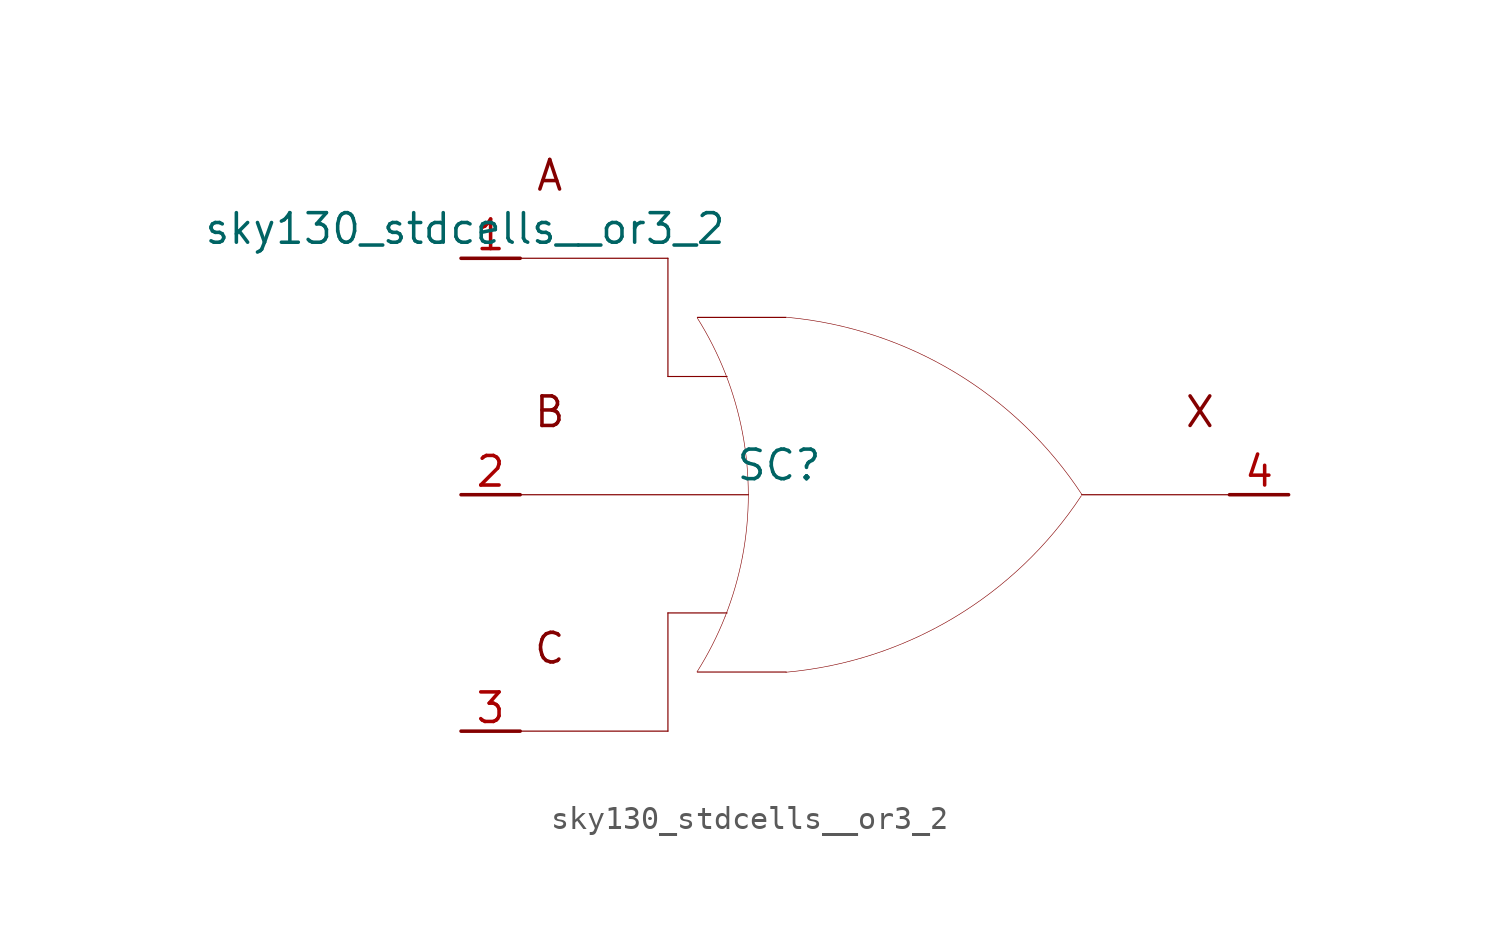
<source format=kicad_sym>
(kicad_symbol_lib
  (version 20211014)
  (generator kicad_symbol_editor)
  (symbol "sky130_stdcells__or3_2"
    (pin_names hide)
    (property "Reference" "SC"
      (at -4.115 1.27 0)
      (effects (font (size 1.27 1.27))))
    (property "Value" "sky130_stdcells__or3_2"
      (at -6.35 11.43 0)
      (effects (font (size 1.27 1.27)) (justify right)))
    (symbol "sky130_stdcells__or3_2_0_0"
      (arc (start -7.6405 -7.6142) (mid -6.983 -6.458) (end -6.4362 -5.2456) (stroke (width 0.0254) (type default) (color 0 0 0 0)) (fill (type none)))
      (arc (start -6.4362 -5.2456) (mid -6.0013 -3.9755) (end -5.688 -2.6701) (stroke (width 0.0254) (type default) (color 0 0 0 0)) (fill (type none)))
      (arc (start -6.418 5.1993) (mid -6.9662 6.4248) (end -7.6273 7.5932) (stroke (width 0.0254) (type default) (color 0 0 0 0)) (fill (type none)))
      (arc (start -5.688 -2.6701) (mid -5.4988 -1.341) (end -5.4356 0) (stroke (width 0.0254) (type default) (color 0 0 0 0)) (fill (type none)))
      (arc (start -5.6834 2.6456) (mid -5.9911 3.9396) (end -6.418 5.1993) (stroke (width 0.0254) (type default) (color 0 0 0 0)) (fill (type none)))
      (arc (start -5.4356 0) (mid -5.4977 1.3286) (end -5.6834 2.6456) (stroke (width 0.0254) (type default) (color 0 0 0 0)) (fill (type none)))
      (arc (start -3.8212 -7.6288) (mid 3.3927 -5.2884) (end 8.8734 -0.0463) (stroke (width 0.0254) (type default) (color 0 0 0 0)) (fill (type none)))
      (polyline (pts (xy -15.24 -10.16) (xy -8.89 -10.16)) (stroke (width 0.051) (type default) (color 0 0 0 0)) (fill (type none)))
      (polyline (pts (xy -15.24 0) (xy -5.436 0)) (stroke (width 0.051) (type default) (color 0 0 0 0)) (fill (type none)))
      (polyline (pts (xy -15.24 10.16) (xy -8.89 10.16)) (stroke (width 0.051) (type default) (color 0 0 0 0)) (fill (type none)))
      (polyline (pts (xy -8.89 -5.08) (xy -8.89 -10.16)) (stroke (width 0.051) (type default) (color 0 0 0 0)) (fill (type none)))
      (polyline (pts (xy -8.89 -5.08) (xy -6.35 -5.08)) (stroke (width 0.051) (type default) (color 0 0 0 0)) (fill (type none)))
      (polyline (pts (xy -8.89 5.08) (xy -6.35 5.08)) (stroke (width 0.051) (type default) (color 0 0 0 0)) (fill (type none)))
      (polyline (pts (xy -8.89 10.16) (xy -8.89 5.08)) (stroke (width 0.051) (type default) (color 0 0 0 0)) (fill (type none)))
      (polyline (pts (xy -7.62 -7.62) (xy -3.81 -7.62)) (stroke (width 0.051) (type default) (color 0 0 0 0)) (fill (type none)))
      (polyline (pts (xy -7.62 7.62) (xy -3.81 7.62)) (stroke (width 0.051) (type default) (color 0 0 0 0)) (fill (type none)))
      (polyline (pts (xy 8.89 0) (xy 15.24 0)) (stroke (width 0.051) (type default) (color 0 0 0 0)) (fill (type none)))
      (arc (start 8.9061 -0.0034) (mid 3.4437 5.2578) (end -3.762 7.6234) (stroke (width 0.0254) (type default) (color 0 0 0 0)) (fill (type none)))
      (text "A" (at -13.97 13.716 0) (effects (font (size 1.27 1.27))))
      (text "B" (at -13.97 3.556 0) (effects (font (size 1.27 1.27))))
      (text "C" (at -13.97 -6.604 0) (effects (font (size 1.27 1.27))))
      (text "X" (at 13.97 3.556 0) (effects (font (size 1.27 1.27)))))
    (symbol "sky130_stdcells__or3_2_1_1"
      (pin input line (at -17.78 10.16 0) (length 2.54) (name "A" (effects (font (size 1.092 1.092)))) (number "1" (effects (font (size 1.27 1.27)))))
      (pin input line (at -17.78 0 0) (length 2.54) (name "B" (effects (font (size 1.092 1.092)))) (number "2" (effects (font (size 1.27 1.27)))))
      (pin input line (at -17.78 -10.16 0) (length 2.54) (name "C" (effects (font (size 1.092 1.092)))) (number "3" (effects (font (size 1.27 1.27)))))
      (pin output line (at 17.78 0 180) (length 2.54) (name "X" (effects (font (size 1.092 1.092)))) (number "4" (effects (font (size 1.27 1.27))))))))
</source>
